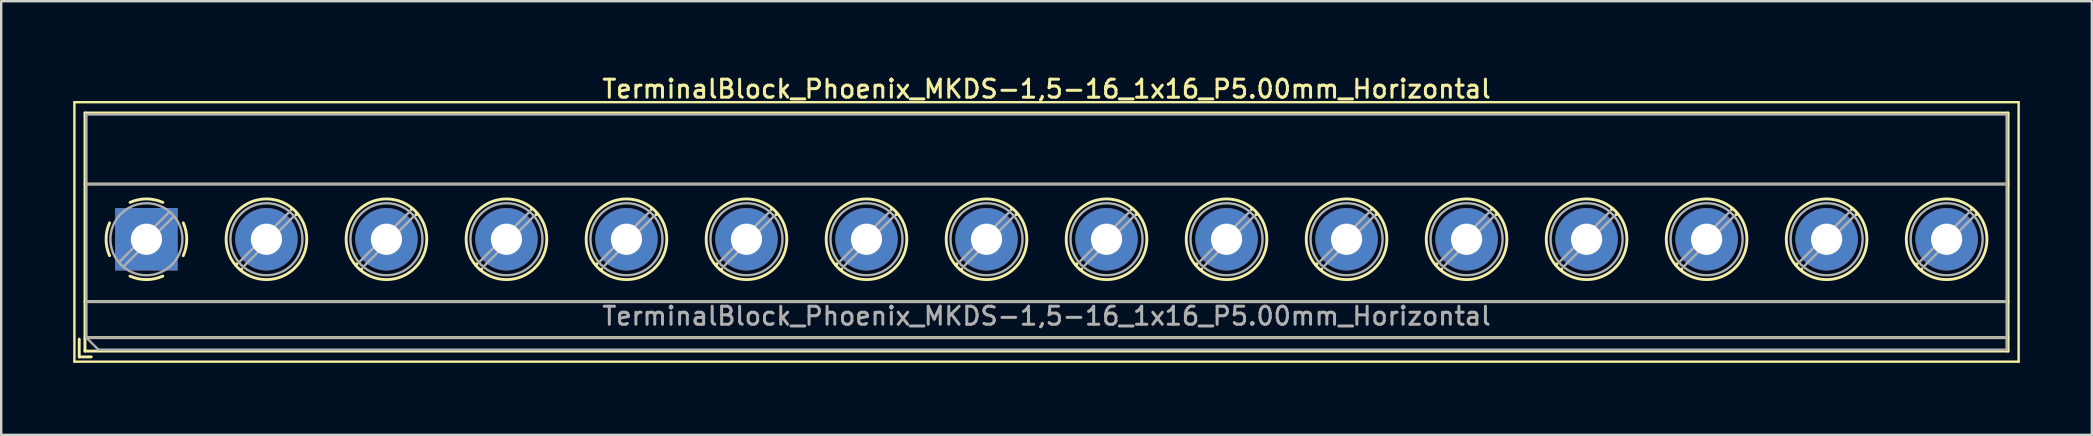
<source format=kicad_pcb>
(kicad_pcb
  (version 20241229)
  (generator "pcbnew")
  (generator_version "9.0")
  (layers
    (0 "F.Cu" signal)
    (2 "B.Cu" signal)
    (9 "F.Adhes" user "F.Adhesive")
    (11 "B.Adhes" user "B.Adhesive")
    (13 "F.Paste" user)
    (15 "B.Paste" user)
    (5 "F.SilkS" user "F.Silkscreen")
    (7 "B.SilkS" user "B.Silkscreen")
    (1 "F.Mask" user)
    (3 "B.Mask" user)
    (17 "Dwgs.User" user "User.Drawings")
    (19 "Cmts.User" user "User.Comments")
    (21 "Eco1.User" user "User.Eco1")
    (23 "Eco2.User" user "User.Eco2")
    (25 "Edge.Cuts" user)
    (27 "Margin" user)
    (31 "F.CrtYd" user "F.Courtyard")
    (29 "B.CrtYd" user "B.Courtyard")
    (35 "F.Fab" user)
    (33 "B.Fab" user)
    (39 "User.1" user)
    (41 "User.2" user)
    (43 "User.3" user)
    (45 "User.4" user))
  (footprint "TerminalBlock_Phoenix_MKDS-1,5-16_1x16_P5.00mm_Horizontal"
    (layer "F.Cu")
    (at 3.05 6.918)
    (property "Reference" "TerminalBlock_Phoenix_MKDS-1,5-16_1x16_P5.00mm_Horizontal" (at 37.5 -6.26 0) (layer "F.SilkS") (effects (font (size 0.75 0.75) (thickness 0.125))))
    (attr through_hole)
    (fp_line (start -3 -5.71) (end -3 5.1) (stroke (width 0.1) (type solid)) (layer "F.SilkS"))
    (fp_line (start -3 5.1) (end 78 5.1) (stroke (width 0.1) (type solid)) (layer "F.SilkS"))
    (fp_line (start -2.8 4.16) (end -2.8 4.9) (stroke (width 0.12) (type solid)) (layer "F.SilkS"))
    (fp_line (start -2.8 4.9) (end -2.3 4.9) (stroke (width 0.12) (type solid)) (layer "F.SilkS"))
    (fp_line (start -2.56 -5.261) (end -2.56 4.66) (stroke (width 0.12) (type solid)) (layer "F.SilkS"))
    (fp_line (start -2.56 -5.261) (end 77.56 -5.261) (stroke (width 0.12) (type solid)) (layer "F.SilkS"))
    (fp_line (start -2.56 -2.301) (end 77.56 -2.301) (stroke (width 0.12) (type solid)) (layer "F.SilkS"))
    (fp_line (start -2.56 2.6) (end 77.56 2.6) (stroke (width 0.12) (type solid)) (layer "F.SilkS"))
    (fp_line (start -2.56 4.1) (end 77.56 4.1) (stroke (width 0.12) (type solid)) (layer "F.SilkS"))
    (fp_line (start -2.56 4.66) (end 77.56 4.66) (stroke (width 0.12) (type solid)) (layer "F.SilkS"))
    (fp_line (start 3.773 1.023) (end 3.726 1.069) (stroke (width 0.12) (type solid)) (layer "F.SilkS"))
    (fp_line (start 3.966 1.239) (end 3.931 1.274) (stroke (width 0.12) (type solid)) (layer "F.SilkS"))
    (fp_line (start 6.07 -1.275) (end 6.035 -1.239) (stroke (width 0.12) (type solid)) (layer "F.SilkS"))
    (fp_line (start 6.275 -1.069) (end 6.228 -1.023) (stroke (width 0.12) (type solid)) (layer "F.SilkS"))
    (fp_line (start 8.773 1.023) (end 8.726 1.069) (stroke (width 0.12) (type solid)) (layer "F.SilkS"))
    (fp_line (start 8.966 1.239) (end 8.931 1.274) (stroke (width 0.12) (type solid)) (layer "F.SilkS"))
    (fp_line (start 11.07 -1.275) (end 11.035 -1.239) (stroke (width 0.12) (type solid)) (layer "F.SilkS"))
    (fp_line (start 11.275 -1.069) (end 11.228 -1.023) (stroke (width 0.12) (type solid)) (layer "F.SilkS"))
    (fp_line (start 13.773 1.023) (end 13.726 1.069) (stroke (width 0.12) (type solid)) (layer "F.SilkS"))
    (fp_line (start 13.966 1.239) (end 13.931 1.274) (stroke (width 0.12) (type solid)) (layer "F.SilkS"))
    (fp_line (start 16.07 -1.275) (end 16.035 -1.239) (stroke (width 0.12) (type solid)) (layer "F.SilkS"))
    (fp_line (start 16.275 -1.069) (end 16.228 -1.023) (stroke (width 0.12) (type solid)) (layer "F.SilkS"))
    (fp_line (start 18.773 1.023) (end 18.726 1.069) (stroke (width 0.12) (type solid)) (layer "F.SilkS"))
    (fp_line (start 18.966 1.239) (end 18.931 1.274) (stroke (width 0.12) (type solid)) (layer "F.SilkS"))
    (fp_line (start 21.07 -1.275) (end 21.035 -1.239) (stroke (width 0.12) (type solid)) (layer "F.SilkS"))
    (fp_line (start 21.275 -1.069) (end 21.228 -1.023) (stroke (width 0.12) (type solid)) (layer "F.SilkS"))
    (fp_line (start 23.773 1.023) (end 23.726 1.069) (stroke (width 0.12) (type solid)) (layer "F.SilkS"))
    (fp_line (start 23.966 1.239) (end 23.931 1.274) (stroke (width 0.12) (type solid)) (layer "F.SilkS"))
    (fp_line (start 26.07 -1.275) (end 26.035 -1.239) (stroke (width 0.12) (type solid)) (layer "F.SilkS"))
    (fp_line (start 26.275 -1.069) (end 26.228 -1.023) (stroke (width 0.12) (type solid)) (layer "F.SilkS"))
    (fp_line (start 28.773 1.023) (end 28.726 1.069) (stroke (width 0.12) (type solid)) (layer "F.SilkS"))
    (fp_line (start 28.966 1.239) (end 28.931 1.274) (stroke (width 0.12) (type solid)) (layer "F.SilkS"))
    (fp_line (start 31.07 -1.275) (end 31.035 -1.239) (stroke (width 0.12) (type solid)) (layer "F.SilkS"))
    (fp_line (start 31.275 -1.069) (end 31.228 -1.023) (stroke (width 0.12) (type solid)) (layer "F.SilkS"))
    (fp_line (start 33.773 1.023) (end 33.726 1.069) (stroke (width 0.12) (type solid)) (layer "F.SilkS"))
    (fp_line (start 33.966 1.239) (end 33.931 1.274) (stroke (width 0.12) (type solid)) (layer "F.SilkS"))
    (fp_line (start 36.07 -1.275) (end 36.035 -1.239) (stroke (width 0.12) (type solid)) (layer "F.SilkS"))
    (fp_line (start 36.275 -1.069) (end 36.228 -1.023) (stroke (width 0.12) (type solid)) (layer "F.SilkS"))
    (fp_line (start 38.773 1.023) (end 38.726 1.069) (stroke (width 0.12) (type solid)) (layer "F.SilkS"))
    (fp_line (start 38.966 1.239) (end 38.931 1.274) (stroke (width 0.12) (type solid)) (layer "F.SilkS"))
    (fp_line (start 41.07 -1.275) (end 41.035 -1.239) (stroke (width 0.12) (type solid)) (layer "F.SilkS"))
    (fp_line (start 41.275 -1.069) (end 41.228 -1.023) (stroke (width 0.12) (type solid)) (layer "F.SilkS"))
    (fp_line (start 43.773 1.023) (end 43.726 1.069) (stroke (width 0.12) (type solid)) (layer "F.SilkS"))
    (fp_line (start 43.966 1.239) (end 43.931 1.274) (stroke (width 0.12) (type solid)) (layer "F.SilkS"))
    (fp_line (start 46.07 -1.275) (end 46.035 -1.239) (stroke (width 0.12) (type solid)) (layer "F.SilkS"))
    (fp_line (start 46.275 -1.069) (end 46.228 -1.023) (stroke (width 0.12) (type solid)) (layer "F.SilkS"))
    (fp_line (start 48.773 1.023) (end 48.726 1.069) (stroke (width 0.12) (type solid)) (layer "F.SilkS"))
    (fp_line (start 48.966 1.239) (end 48.931 1.274) (stroke (width 0.12) (type solid)) (layer "F.SilkS"))
    (fp_line (start 51.07 -1.275) (end 51.035 -1.239) (stroke (width 0.12) (type solid)) (layer "F.SilkS"))
    (fp_line (start 51.275 -1.069) (end 51.228 -1.023) (stroke (width 0.12) (type solid)) (layer "F.SilkS"))
    (fp_line (start 53.773 1.023) (end 53.726 1.069) (stroke (width 0.12) (type solid)) (layer "F.SilkS"))
    (fp_line (start 53.966 1.239) (end 53.931 1.274) (stroke (width 0.12) (type solid)) (layer "F.SilkS"))
    (fp_line (start 56.07 -1.275) (end 56.035 -1.239) (stroke (width 0.12) (type solid)) (layer "F.SilkS"))
    (fp_line (start 56.275 -1.069) (end 56.228 -1.023) (stroke (width 0.12) (type solid)) (layer "F.SilkS"))
    (fp_line (start 58.773 1.023) (end 58.726 1.069) (stroke (width 0.12) (type solid)) (layer "F.SilkS"))
    (fp_line (start 58.966 1.239) (end 58.931 1.274) (stroke (width 0.12) (type solid)) (layer "F.SilkS"))
    (fp_line (start 61.07 -1.275) (end 61.035 -1.239) (stroke (width 0.12) (type solid)) (layer "F.SilkS"))
    (fp_line (start 61.275 -1.069) (end 61.228 -1.023) (stroke (width 0.12) (type solid)) (layer "F.SilkS"))
    (fp_line (start 63.773 1.023) (end 63.726 1.069) (stroke (width 0.12) (type solid)) (layer "F.SilkS"))
    (fp_line (start 63.966 1.239) (end 63.931 1.274) (stroke (width 0.12) (type solid)) (layer "F.SilkS"))
    (fp_line (start 66.07 -1.275) (end 66.035 -1.239) (stroke (width 0.12) (type solid)) (layer "F.SilkS"))
    (fp_line (start 66.275 -1.069) (end 66.228 -1.023) (stroke (width 0.12) (type solid)) (layer "F.SilkS"))
    (fp_line (start 68.773 1.023) (end 68.726 1.069) (stroke (width 0.12) (type solid)) (layer "F.SilkS"))
    (fp_line (start 68.966 1.239) (end 68.931 1.274) (stroke (width 0.12) (type solid)) (layer "F.SilkS"))
    (fp_line (start 71.07 -1.275) (end 71.035 -1.239) (stroke (width 0.12) (type solid)) (layer "F.SilkS"))
    (fp_line (start 71.275 -1.069) (end 71.228 -1.023) (stroke (width 0.12) (type solid)) (layer "F.SilkS"))
    (fp_line (start 73.773 1.023) (end 73.726 1.069) (stroke (width 0.12) (type solid)) (layer "F.SilkS"))
    (fp_line (start 73.966 1.239) (end 73.931 1.274) (stroke (width 0.12) (type solid)) (layer "F.SilkS"))
    (fp_line (start 76.07 -1.275) (end 76.035 -1.239) (stroke (width 0.12) (type solid)) (layer "F.SilkS"))
    (fp_line (start 76.275 -1.069) (end 76.228 -1.023) (stroke (width 0.12) (type solid)) (layer "F.SilkS"))
    (fp_line (start 77.56 -5.261) (end 77.56 4.66) (stroke (width 0.12) (type solid)) (layer "F.SilkS"))
    (fp_line (start 78 -5.71) (end -3 -5.71) (stroke (width 0.1) (type solid)) (layer "F.SilkS"))
    (fp_line (start 78 5.1) (end 78 -5.71) (stroke (width 0.1) (type solid)) (layer "F.SilkS"))
    (fp_arc (start -1.535427 0.683042) (mid -1.680501 -0.000524) (end -1.535 -0.684) (stroke (width 0.12) (type solid)) (layer "F.SilkS"))
    (fp_arc (start -0.683042 -1.535427) (mid 0.000524 -1.680501) (end 0.684 -1.535) (stroke (width 0.12) (type solid)) (layer "F.SilkS"))
    (fp_arc (start 0.028805 1.680253) (mid -0.335551 1.646659) (end -0.684 1.535) (stroke (width 0.12) (type solid)) (layer "F.SilkS"))
    (fp_arc (start 0.683318 1.534756) (mid 0.349292 1.643288) (end 0 1.68) (stroke (width 0.12) (type solid)) (layer "F.SilkS"))
    (fp_arc (start 1.535427 -0.683042) (mid 1.680501 0.000524) (end 1.535 0.684) (stroke (width 0.12) (type solid)) (layer "F.SilkS"))
    (fp_circle (center 5 0) (end 6.68 0) (stroke (width 0.12) (type solid)) (fill no) (layer "F.SilkS"))
    (fp_circle (center 10 0) (end 11.68 0) (stroke (width 0.12) (type solid)) (fill no) (layer "F.SilkS"))
    (fp_circle (center 15 0) (end 16.68 0) (stroke (width 0.12) (type solid)) (fill no) (layer "F.SilkS"))
    (fp_circle (center 20 0) (end 21.68 0) (stroke (width 0.12) (type solid)) (fill no) (layer "F.SilkS"))
    (fp_circle (center 25 0) (end 26.68 0) (stroke (width 0.12) (type solid)) (fill no) (layer "F.SilkS"))
    (fp_circle (center 30 0) (end 31.68 0) (stroke (width 0.12) (type solid)) (fill no) (layer "F.SilkS"))
    (fp_circle (center 35 0) (end 36.68 0) (stroke (width 0.12) (type solid)) (fill no) (layer "F.SilkS"))
    (fp_circle (center 40 0) (end 41.68 0) (stroke (width 0.12) (type solid)) (fill no) (layer "F.SilkS"))
    (fp_circle (center 45 0) (end 46.68 0) (stroke (width 0.12) (type solid)) (fill no) (layer "F.SilkS"))
    (fp_circle (center 50 0) (end 51.68 0) (stroke (width 0.12) (type solid)) (fill no) (layer "F.SilkS"))
    (fp_circle (center 55 0) (end 56.68 0) (stroke (width 0.12) (type solid)) (fill no) (layer "F.SilkS"))
    (fp_circle (center 60 0) (end 61.68 0) (stroke (width 0.12) (type solid)) (fill no) (layer "F.SilkS"))
    (fp_circle (center 65 0) (end 66.68 0) (stroke (width 0.12) (type solid)) (fill no) (layer "F.SilkS"))
    (fp_circle (center 70 0) (end 71.68 0) (stroke (width 0.12) (type solid)) (fill no) (layer "F.SilkS"))
    (fp_circle (center 75 0) (end 76.68 0) (stroke (width 0.12) (type solid)) (fill no) (layer "F.SilkS"))
    (fp_line (start -2.5 -5.2) (end 77.5 -5.2) (stroke (width 0.1) (type solid)) (layer "F.Fab"))
    (fp_line (start -2.5 -2.3) (end 77.5 -2.3) (stroke (width 0.1) (type solid)) (layer "F.Fab"))
    (fp_line (start -2.5 2.6) (end 77.5 2.6) (stroke (width 0.1) (type solid)) (layer "F.Fab"))
    (fp_line (start -2.5 4.1) (end -2.5 -5.2) (stroke (width 0.1) (type solid)) (layer "F.Fab"))
    (fp_line (start -2.5 4.1) (end 77.5 4.1) (stroke (width 0.1) (type solid)) (layer "F.Fab"))
    (fp_line (start -2 4.6) (end -2.5 4.1) (stroke (width 0.1) (type solid)) (layer "F.Fab"))
    (fp_line (start 0.955 -1.138) (end -1.138 0.955) (stroke (width 0.1) (type solid)) (layer "F.Fab"))
    (fp_line (start 1.138 -0.955) (end -0.955 1.138) (stroke (width 0.1) (type solid)) (layer "F.Fab"))
    (fp_line (start 5.955 -1.138) (end 3.863 0.955) (stroke (width 0.1) (type solid)) (layer "F.Fab"))
    (fp_line (start 6.138 -0.955) (end 4.046 1.138) (stroke (width 0.1) (type solid)) (layer "F.Fab"))
    (fp_line (start 10.955 -1.138) (end 8.863 0.955) (stroke (width 0.1) (type solid)) (layer "F.Fab"))
    (fp_line (start 11.138 -0.955) (end 9.046 1.138) (stroke (width 0.1) (type solid)) (layer "F.Fab"))
    (fp_line (start 15.955 -1.138) (end 13.863 0.955) (stroke (width 0.1) (type solid)) (layer "F.Fab"))
    (fp_line (start 16.138 -0.955) (end 14.046 1.138) (stroke (width 0.1) (type solid)) (layer "F.Fab"))
    (fp_line (start 20.955 -1.138) (end 18.863 0.955) (stroke (width 0.1) (type solid)) (layer "F.Fab"))
    (fp_line (start 21.138 -0.955) (end 19.046 1.138) (stroke (width 0.1) (type solid)) (layer "F.Fab"))
    (fp_line (start 25.955 -1.138) (end 23.863 0.955) (stroke (width 0.1) (type solid)) (layer "F.Fab"))
    (fp_line (start 26.138 -0.955) (end 24.046 1.138) (stroke (width 0.1) (type solid)) (layer "F.Fab"))
    (fp_line (start 30.955 -1.138) (end 28.863 0.955) (stroke (width 0.1) (type solid)) (layer "F.Fab"))
    (fp_line (start 31.138 -0.955) (end 29.046 1.138) (stroke (width 0.1) (type solid)) (layer "F.Fab"))
    (fp_line (start 35.955 -1.138) (end 33.863 0.955) (stroke (width 0.1) (type solid)) (layer "F.Fab"))
    (fp_line (start 36.138 -0.955) (end 34.046 1.138) (stroke (width 0.1) (type solid)) (layer "F.Fab"))
    (fp_line (start 40.955 -1.138) (end 38.863 0.955) (stroke (width 0.1) (type solid)) (layer "F.Fab"))
    (fp_line (start 41.138 -0.955) (end 39.046 1.138) (stroke (width 0.1) (type solid)) (layer "F.Fab"))
    (fp_line (start 45.955 -1.138) (end 43.863 0.955) (stroke (width 0.1) (type solid)) (layer "F.Fab"))
    (fp_line (start 46.138 -0.955) (end 44.046 1.138) (stroke (width 0.1) (type solid)) (layer "F.Fab"))
    (fp_line (start 50.955 -1.138) (end 48.863 0.955) (stroke (width 0.1) (type solid)) (layer "F.Fab"))
    (fp_line (start 51.138 -0.955) (end 49.046 1.138) (stroke (width 0.1) (type solid)) (layer "F.Fab"))
    (fp_line (start 55.955 -1.138) (end 53.863 0.955) (stroke (width 0.1) (type solid)) (layer "F.Fab"))
    (fp_line (start 56.138 -0.955) (end 54.046 1.138) (stroke (width 0.1) (type solid)) (layer "F.Fab"))
    (fp_line (start 60.955 -1.138) (end 58.863 0.955) (stroke (width 0.1) (type solid)) (layer "F.Fab"))
    (fp_line (start 61.138 -0.955) (end 59.046 1.138) (stroke (width 0.1) (type solid)) (layer "F.Fab"))
    (fp_line (start 65.955 -1.138) (end 63.863 0.955) (stroke (width 0.1) (type solid)) (layer "F.Fab"))
    (fp_line (start 66.138 -0.955) (end 64.046 1.138) (stroke (width 0.1) (type solid)) (layer "F.Fab"))
    (fp_line (start 70.955 -1.138) (end 68.863 0.955) (stroke (width 0.1) (type solid)) (layer "F.Fab"))
    (fp_line (start 71.138 -0.955) (end 69.046 1.138) (stroke (width 0.1) (type solid)) (layer "F.Fab"))
    (fp_line (start 75.955 -1.138) (end 73.863 0.955) (stroke (width 0.1) (type solid)) (layer "F.Fab"))
    (fp_line (start 76.138 -0.955) (end 74.046 1.138) (stroke (width 0.1) (type solid)) (layer "F.Fab"))
    (fp_line (start 77.5 -5.2) (end 77.5 4.6) (stroke (width 0.1) (type solid)) (layer "F.Fab"))
    (fp_line (start 77.5 4.6) (end -2 4.6) (stroke (width 0.1) (type solid)) (layer "F.Fab"))
    (fp_circle (center 0 0) (end 1.5 0) (stroke (width 0.1) (type solid)) (fill no) (layer "F.Fab"))
    (fp_circle (center 5 0) (end 6.5 0) (stroke (width 0.1) (type solid)) (fill no) (layer "F.Fab"))
    (fp_circle (center 10 0) (end 11.5 0) (stroke (width 0.1) (type solid)) (fill no) (layer "F.Fab"))
    (fp_circle (center 15 0) (end 16.5 0) (stroke (width 0.1) (type solid)) (fill no) (layer "F.Fab"))
    (fp_circle (center 20 0) (end 21.5 0) (stroke (width 0.1) (type solid)) (fill no) (layer "F.Fab"))
    (fp_circle (center 25 0) (end 26.5 0) (stroke (width 0.1) (type solid)) (fill no) (layer "F.Fab"))
    (fp_circle (center 30 0) (end 31.5 0) (stroke (width 0.1) (type solid)) (fill no) (layer "F.Fab"))
    (fp_circle (center 35 0) (end 36.5 0) (stroke (width 0.1) (type solid)) (fill no) (layer "F.Fab"))
    (fp_circle (center 40 0) (end 41.5 0) (stroke (width 0.1) (type solid)) (fill no) (layer "F.Fab"))
    (fp_circle (center 45 0) (end 46.5 0) (stroke (width 0.1) (type solid)) (fill no) (layer "F.Fab"))
    (fp_circle (center 50 0) (end 51.5 0) (stroke (width 0.1) (type solid)) (fill no) (layer "F.Fab"))
    (fp_circle (center 55 0) (end 56.5 0) (stroke (width 0.1) (type solid)) (fill no) (layer "F.Fab"))
    (fp_circle (center 60 0) (end 61.5 0) (stroke (width 0.1) (type solid)) (fill no) (layer "F.Fab"))
    (fp_circle (center 65 0) (end 66.5 0) (stroke (width 0.1) (type solid)) (fill no) (layer "F.Fab"))
    (fp_circle (center 70 0) (end 71.5 0) (stroke (width 0.1) (type solid)) (fill no) (layer "F.Fab"))
    (fp_circle (center 75 0) (end 76.5 0) (stroke (width 0.1) (type solid)) (fill no) (layer "F.Fab"))
    (fp_text user "${REFERENCE}" (at 37.5 3.2 0) (layer "F.Fab") (effects (font (size 0.75 0.75) (thickness 0.125))))
    (pad "1" thru_hole rect (at 0 0) (size 2.6 2.6) (drill 1.3) (layers "*.Cu" "*.Mask"))
    (pad "2" thru_hole circle (at 5 0) (size 2.6 2.6) (drill 1.3) (layers "*.Cu" "*.Mask"))
    (pad "3" thru_hole circle (at 10 0) (size 2.6 2.6) (drill 1.3) (layers "*.Cu" "*.Mask"))
    (pad "4" thru_hole circle (at 15 0) (size 2.6 2.6) (drill 1.3) (layers "*.Cu" "*.Mask"))
    (pad "5" thru_hole circle (at 20 0) (size 2.6 2.6) (drill 1.3) (layers "*.Cu" "*.Mask"))
    (pad "6" thru_hole circle (at 25 0) (size 2.6 2.6) (drill 1.3) (layers "*.Cu" "*.Mask"))
    (pad "7" thru_hole circle (at 30 0) (size 2.6 2.6) (drill 1.3) (layers "*.Cu" "*.Mask"))
    (pad "8" thru_hole circle (at 35 0) (size 2.6 2.6) (drill 1.3) (layers "*.Cu" "*.Mask"))
    (pad "9" thru_hole circle (at 40 0) (size 2.6 2.6) (drill 1.3) (layers "*.Cu" "*.Mask"))
    (pad "10" thru_hole circle (at 45 0) (size 2.6 2.6) (drill 1.3) (layers "*.Cu" "*.Mask"))
    (pad "11" thru_hole circle (at 50 0) (size 2.6 2.6) (drill 1.3) (layers "*.Cu" "*.Mask"))
    (pad "12" thru_hole circle (at 55 0) (size 2.6 2.6) (drill 1.3) (layers "*.Cu" "*.Mask"))
    (pad "13" thru_hole circle (at 60 0) (size 2.6 2.6) (drill 1.3) (layers "*.Cu" "*.Mask"))
    (pad "14" thru_hole circle (at 65 0) (size 2.6 2.6) (drill 1.3) (layers "*.Cu" "*.Mask"))
    (pad "15" thru_hole circle (at 70 0) (size 2.6 2.6) (drill 1.3) (layers "*.Cu" "*.Mask"))
    (pad "16" thru_hole circle (at 75 0) (size 2.6 2.6) (drill 1.3) (layers "*.Cu" "*.Mask")))
  (gr_rect
    (start -3 -3)
    (end 84.1 15.068)
    (stroke (width 0.1) (type default))
    (fill no)
    (layer "Edge.Cuts")))
</source>
